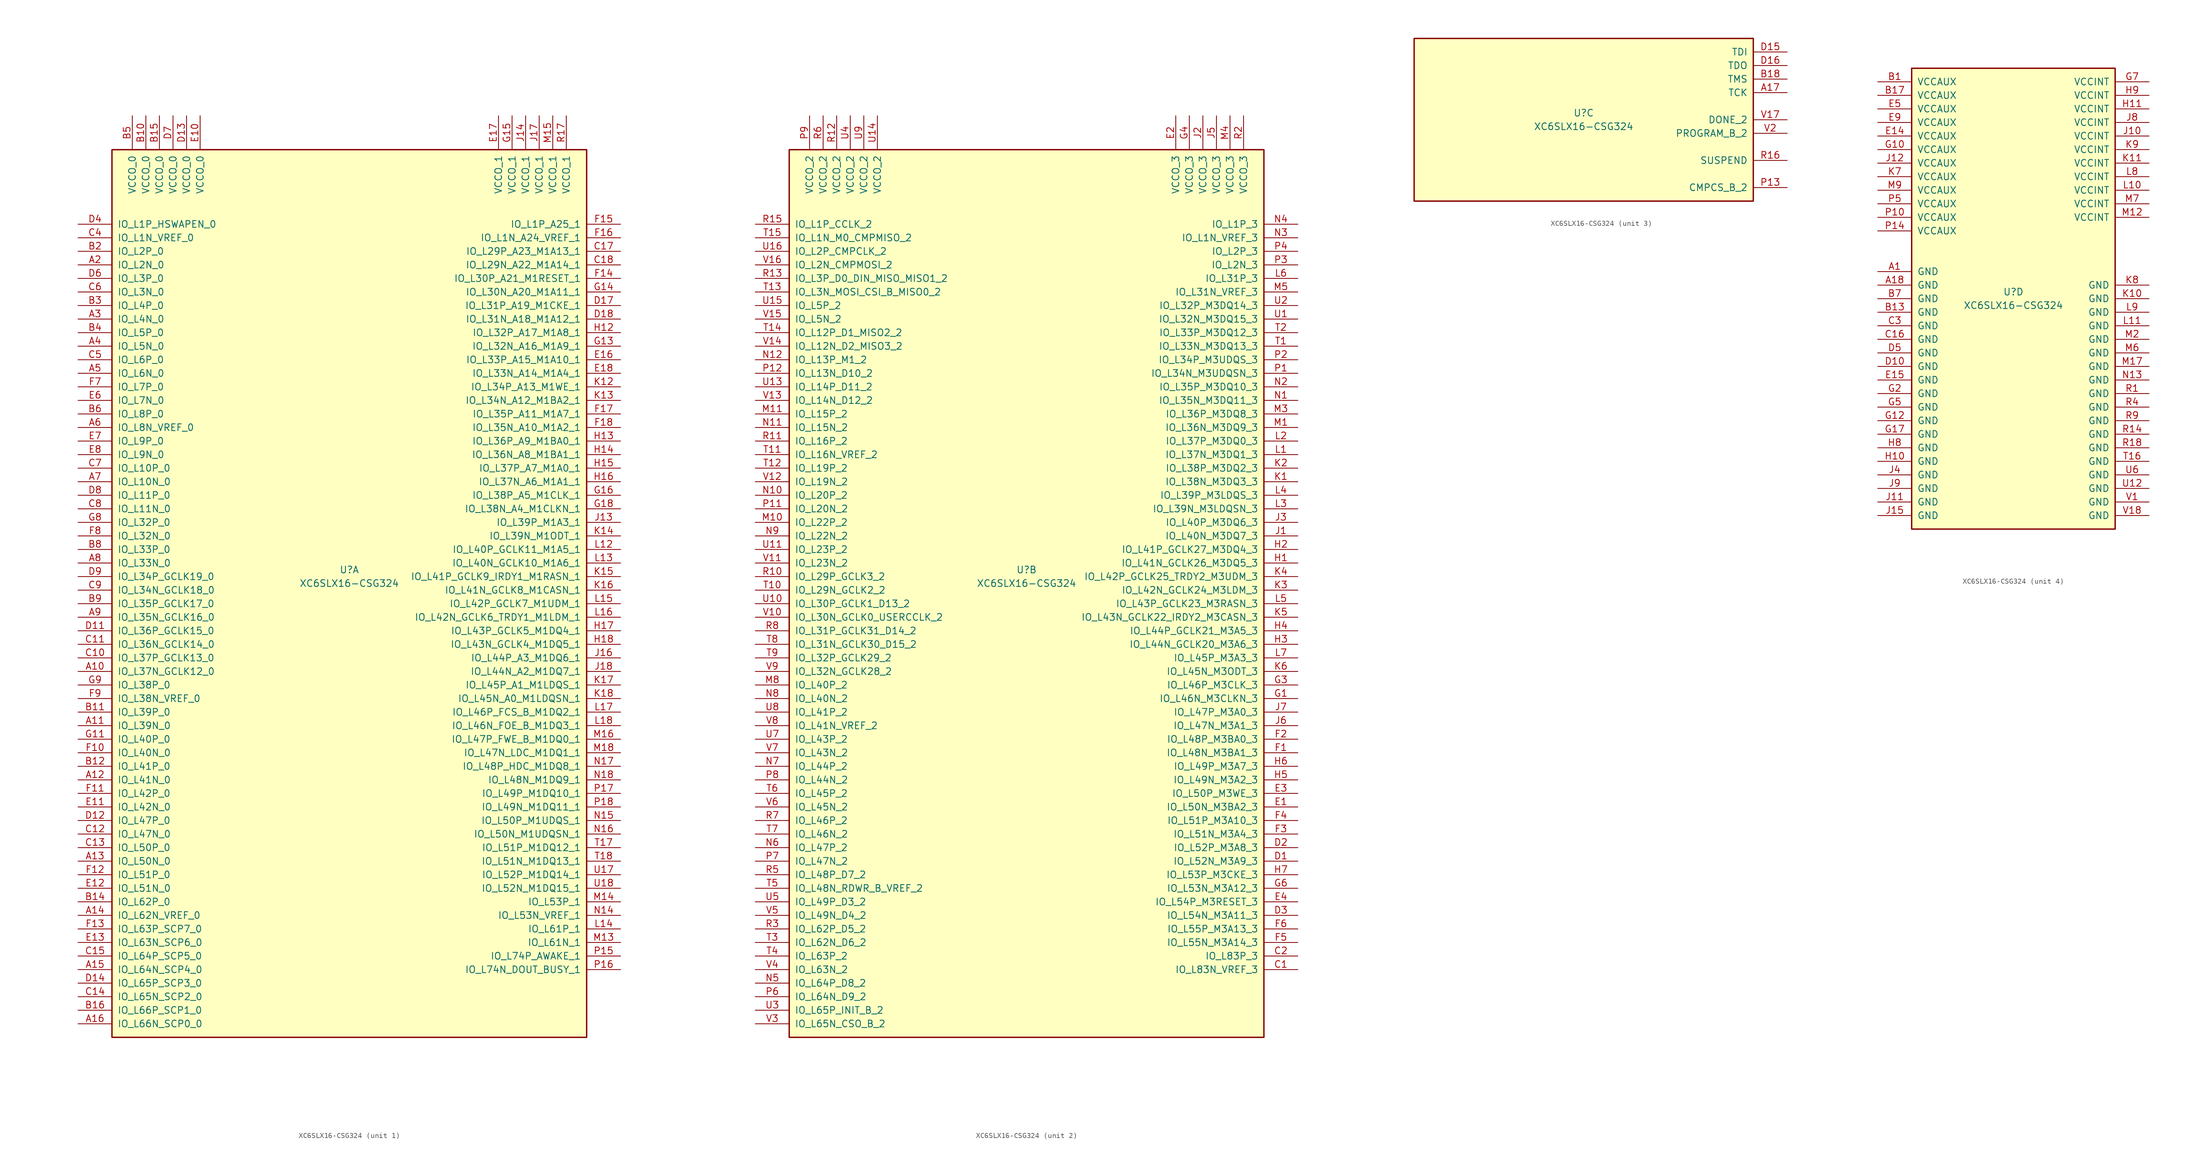
<source format=kicad_sym>
(kicad_symbol_lib
  (version 20211014)
  (generator kicad_symbol_editor)
  (symbol "XC6SLX16-CSG324"
    (pin_names
      (offset 1.016))
    (property "Reference" "U"
      (at 0 1.27 0)
      (effects (font (size 1.27 1.27))))
    (property "Value" "XC6SLX16-CSG324"
      (at 0 -1.27 0)
      (effects (font (size 1.27 1.27))))
    (property "Datasheet" ""
      (at 0 0 0)
      (effects (font (size 1.27 1.27))))
    (property "ki_locked" ""
      (at 0 0 0)
      (effects (font (size 1.27 1.27))))
    (symbol "XC6SLX16-CSG324_1_1"
      (rectangle (start -44.45 80.01) (end 44.45 -86.36) (stroke (width 0.254) (type default) (color 0 0 0 0)) (fill (type background)))
      (pin bidirectional line (at -50.8 -17.78 0) (length 6.35) (name "IO_L37N_GCLK12_0" (effects (font (size 1.27 1.27)))) (number "A10" (effects (font (size 1.27 1.27)))))
      (pin bidirectional line (at -50.8 -27.94 0) (length 6.35) (name "IO_L39N_0" (effects (font (size 1.27 1.27)))) (number "A11" (effects (font (size 1.27 1.27)))))
      (pin bidirectional line (at -50.8 -38.1 0) (length 6.35) (name "IO_L41N_0" (effects (font (size 1.27 1.27)))) (number "A12" (effects (font (size 1.27 1.27)))))
      (pin bidirectional line (at -50.8 -53.34 0) (length 6.35) (name "IO_L50N_0" (effects (font (size 1.27 1.27)))) (number "A13" (effects (font (size 1.27 1.27)))))
      (pin bidirectional line (at -50.8 -63.5 0) (length 6.35) (name "IO_L62N_VREF_0" (effects (font (size 1.27 1.27)))) (number "A14" (effects (font (size 1.27 1.27)))))
      (pin bidirectional line (at -50.8 -73.66 0) (length 6.35) (name "IO_L64N_SCP4_0" (effects (font (size 1.27 1.27)))) (number "A15" (effects (font (size 1.27 1.27)))))
      (pin bidirectional line (at -50.8 -83.82 0) (length 6.35) (name "IO_L66N_SCP0_0" (effects (font (size 1.27 1.27)))) (number "A16" (effects (font (size 1.27 1.27)))))
      (pin bidirectional line (at -50.8 58.42 0) (length 6.35) (name "IO_L2N_0" (effects (font (size 1.27 1.27)))) (number "A2" (effects (font (size 1.27 1.27)))))
      (pin bidirectional line (at -50.8 48.26 0) (length 6.35) (name "IO_L4N_0" (effects (font (size 1.27 1.27)))) (number "A3" (effects (font (size 1.27 1.27)))))
      (pin bidirectional line (at -50.8 43.18 0) (length 6.35) (name "IO_L5N_0" (effects (font (size 1.27 1.27)))) (number "A4" (effects (font (size 1.27 1.27)))))
      (pin bidirectional line (at -50.8 38.1 0) (length 6.35) (name "IO_L6N_0" (effects (font (size 1.27 1.27)))) (number "A5" (effects (font (size 1.27 1.27)))))
      (pin bidirectional line (at -50.8 27.94 0) (length 6.35) (name "IO_L8N_VREF_0" (effects (font (size 1.27 1.27)))) (number "A6" (effects (font (size 1.27 1.27)))))
      (pin bidirectional line (at -50.8 17.78 0) (length 6.35) (name "IO_L10N_0" (effects (font (size 1.27 1.27)))) (number "A7" (effects (font (size 1.27 1.27)))))
      (pin bidirectional line (at -50.8 2.54 0) (length 6.35) (name "IO_L33N_0" (effects (font (size 1.27 1.27)))) (number "A8" (effects (font (size 1.27 1.27)))))
      (pin bidirectional line (at -50.8 -7.62 0) (length 6.35) (name "IO_L35N_GCLK16_0" (effects (font (size 1.27 1.27)))) (number "A9" (effects (font (size 1.27 1.27)))))
      (pin power_in line (at -38.1 86.36 270) (length 6.35) (name "VCCO_0" (effects (font (size 1.27 1.27)))) (number "B10" (effects (font (size 1.27 1.27)))))
      (pin bidirectional line (at -50.8 -25.4 0) (length 6.35) (name "IO_L39P_0" (effects (font (size 1.27 1.27)))) (number "B11" (effects (font (size 1.27 1.27)))))
      (pin bidirectional line (at -50.8 -35.56 0) (length 6.35) (name "IO_L41P_0" (effects (font (size 1.27 1.27)))) (number "B12" (effects (font (size 1.27 1.27)))))
      (pin bidirectional line (at -50.8 -60.96 0) (length 6.35) (name "IO_L62P_0" (effects (font (size 1.27 1.27)))) (number "B14" (effects (font (size 1.27 1.27)))))
      (pin power_in line (at -35.56 86.36 270) (length 6.35) (name "VCCO_0" (effects (font (size 1.27 1.27)))) (number "B15" (effects (font (size 1.27 1.27)))))
      (pin bidirectional line (at -50.8 -81.28 0) (length 6.35) (name "IO_L66P_SCP1_0" (effects (font (size 1.27 1.27)))) (number "B16" (effects (font (size 1.27 1.27)))))
      (pin bidirectional line (at -50.8 60.96 0) (length 6.35) (name "IO_L2P_0" (effects (font (size 1.27 1.27)))) (number "B2" (effects (font (size 1.27 1.27)))))
      (pin bidirectional line (at -50.8 50.8 0) (length 6.35) (name "IO_L4P_0" (effects (font (size 1.27 1.27)))) (number "B3" (effects (font (size 1.27 1.27)))))
      (pin bidirectional line (at -50.8 45.72 0) (length 6.35) (name "IO_L5P_0" (effects (font (size 1.27 1.27)))) (number "B4" (effects (font (size 1.27 1.27)))))
      (pin power_in line (at -40.64 86.36 270) (length 6.35) (name "VCCO_0" (effects (font (size 1.27 1.27)))) (number "B5" (effects (font (size 1.27 1.27)))))
      (pin bidirectional line (at -50.8 30.48 0) (length 6.35) (name "IO_L8P_0" (effects (font (size 1.27 1.27)))) (number "B6" (effects (font (size 1.27 1.27)))))
      (pin bidirectional line (at -50.8 5.08 0) (length 6.35) (name "IO_L33P_0" (effects (font (size 1.27 1.27)))) (number "B8" (effects (font (size 1.27 1.27)))))
      (pin bidirectional line (at -50.8 -5.08 0) (length 6.35) (name "IO_L35P_GCLK17_0" (effects (font (size 1.27 1.27)))) (number "B9" (effects (font (size 1.27 1.27)))))
      (pin bidirectional line (at -50.8 -15.24 0) (length 6.35) (name "IO_L37P_GCLK13_0" (effects (font (size 1.27 1.27)))) (number "C10" (effects (font (size 1.27 1.27)))))
      (pin bidirectional line (at -50.8 -12.7 0) (length 6.35) (name "IO_L36N_GCLK14_0" (effects (font (size 1.27 1.27)))) (number "C11" (effects (font (size 1.27 1.27)))))
      (pin bidirectional line (at -50.8 -48.26 0) (length 6.35) (name "IO_L47N_0" (effects (font (size 1.27 1.27)))) (number "C12" (effects (font (size 1.27 1.27)))))
      (pin bidirectional line (at -50.8 -50.8 0) (length 6.35) (name "IO_L50P_0" (effects (font (size 1.27 1.27)))) (number "C13" (effects (font (size 1.27 1.27)))))
      (pin bidirectional line (at -50.8 -78.74 0) (length 6.35) (name "IO_L65N_SCP2_0" (effects (font (size 1.27 1.27)))) (number "C14" (effects (font (size 1.27 1.27)))))
      (pin bidirectional line (at -50.8 -71.12 0) (length 6.35) (name "IO_L64P_SCP5_0" (effects (font (size 1.27 1.27)))) (number "C15" (effects (font (size 1.27 1.27)))))
      (pin bidirectional line (at 50.8 60.96 180) (length 6.35) (name "IO_L29P_A23_M1A13_1" (effects (font (size 1.27 1.27)))) (number "C17" (effects (font (size 1.27 1.27)))))
      (pin bidirectional line (at 50.8 58.42 180) (length 6.35) (name "IO_L29N_A22_M1A14_1" (effects (font (size 1.27 1.27)))) (number "C18" (effects (font (size 1.27 1.27)))))
      (pin bidirectional line (at -50.8 63.5 0) (length 6.35) (name "IO_L1N_VREF_0" (effects (font (size 1.27 1.27)))) (number "C4" (effects (font (size 1.27 1.27)))))
      (pin bidirectional line (at -50.8 40.64 0) (length 6.35) (name "IO_L6P_0" (effects (font (size 1.27 1.27)))) (number "C5" (effects (font (size 1.27 1.27)))))
      (pin bidirectional line (at -50.8 53.34 0) (length 6.35) (name "IO_L3N_0" (effects (font (size 1.27 1.27)))) (number "C6" (effects (font (size 1.27 1.27)))))
      (pin bidirectional line (at -50.8 20.32 0) (length 6.35) (name "IO_L10P_0" (effects (font (size 1.27 1.27)))) (number "C7" (effects (font (size 1.27 1.27)))))
      (pin bidirectional line (at -50.8 12.7 0) (length 6.35) (name "IO_L11N_0" (effects (font (size 1.27 1.27)))) (number "C8" (effects (font (size 1.27 1.27)))))
      (pin bidirectional line (at -50.8 -2.54 0) (length 6.35) (name "IO_L34N_GCLK18_0" (effects (font (size 1.27 1.27)))) (number "C9" (effects (font (size 1.27 1.27)))))
      (pin bidirectional line (at -50.8 -10.16 0) (length 6.35) (name "IO_L36P_GCLK15_0" (effects (font (size 1.27 1.27)))) (number "D11" (effects (font (size 1.27 1.27)))))
      (pin bidirectional line (at -50.8 -45.72 0) (length 6.35) (name "IO_L47P_0" (effects (font (size 1.27 1.27)))) (number "D12" (effects (font (size 1.27 1.27)))))
      (pin power_in line (at -30.48 86.36 270) (length 6.35) (name "VCCO_0" (effects (font (size 1.27 1.27)))) (number "D13" (effects (font (size 1.27 1.27)))))
      (pin bidirectional line (at -50.8 -76.2 0) (length 6.35) (name "IO_L65P_SCP3_0" (effects (font (size 1.27 1.27)))) (number "D14" (effects (font (size 1.27 1.27)))))
      (pin bidirectional line (at 50.8 50.8 180) (length 6.35) (name "IO_L31P_A19_M1CKE_1" (effects (font (size 1.27 1.27)))) (number "D17" (effects (font (size 1.27 1.27)))))
      (pin bidirectional line (at 50.8 48.26 180) (length 6.35) (name "IO_L31N_A18_M1A12_1" (effects (font (size 1.27 1.27)))) (number "D18" (effects (font (size 1.27 1.27)))))
      (pin bidirectional line (at -50.8 66.04 0) (length 6.35) (name "IO_L1P_HSWAPEN_0" (effects (font (size 1.27 1.27)))) (number "D4" (effects (font (size 1.27 1.27)))))
      (pin bidirectional line (at -50.8 55.88 0) (length 6.35) (name "IO_L3P_0" (effects (font (size 1.27 1.27)))) (number "D6" (effects (font (size 1.27 1.27)))))
      (pin power_in line (at -33.02 86.36 270) (length 6.35) (name "VCCO_0" (effects (font (size 1.27 1.27)))) (number "D7" (effects (font (size 1.27 1.27)))))
      (pin bidirectional line (at -50.8 15.24 0) (length 6.35) (name "IO_L11P_0" (effects (font (size 1.27 1.27)))) (number "D8" (effects (font (size 1.27 1.27)))))
      (pin bidirectional line (at -50.8 0 0) (length 6.35) (name "IO_L34P_GCLK19_0" (effects (font (size 1.27 1.27)))) (number "D9" (effects (font (size 1.27 1.27)))))
      (pin power_in line (at -27.94 86.36 270) (length 6.35) (name "VCCO_0" (effects (font (size 1.27 1.27)))) (number "E10" (effects (font (size 1.27 1.27)))))
      (pin bidirectional line (at -50.8 -43.18 0) (length 6.35) (name "IO_L42N_0" (effects (font (size 1.27 1.27)))) (number "E11" (effects (font (size 1.27 1.27)))))
      (pin bidirectional line (at -50.8 -58.42 0) (length 6.35) (name "IO_L51N_0" (effects (font (size 1.27 1.27)))) (number "E12" (effects (font (size 1.27 1.27)))))
      (pin bidirectional line (at -50.8 -68.58 0) (length 6.35) (name "IO_L63N_SCP6_0" (effects (font (size 1.27 1.27)))) (number "E13" (effects (font (size 1.27 1.27)))))
      (pin bidirectional line (at 50.8 40.64 180) (length 6.35) (name "IO_L33P_A15_M1A10_1" (effects (font (size 1.27 1.27)))) (number "E16" (effects (font (size 1.27 1.27)))))
      (pin power_in line (at 27.94 86.36 270) (length 6.35) (name "VCCO_1" (effects (font (size 1.27 1.27)))) (number "E17" (effects (font (size 1.27 1.27)))))
      (pin bidirectional line (at 50.8 38.1 180) (length 6.35) (name "IO_L33N_A14_M1A4_1" (effects (font (size 1.27 1.27)))) (number "E18" (effects (font (size 1.27 1.27)))))
      (pin bidirectional line (at -50.8 33.02 0) (length 6.35) (name "IO_L7N_0" (effects (font (size 1.27 1.27)))) (number "E6" (effects (font (size 1.27 1.27)))))
      (pin bidirectional line (at -50.8 25.4 0) (length 6.35) (name "IO_L9P_0" (effects (font (size 1.27 1.27)))) (number "E7" (effects (font (size 1.27 1.27)))))
      (pin bidirectional line (at -50.8 22.86 0) (length 6.35) (name "IO_L9N_0" (effects (font (size 1.27 1.27)))) (number "E8" (effects (font (size 1.27 1.27)))))
      (pin bidirectional line (at -50.8 -33.02 0) (length 6.35) (name "IO_L40N_0" (effects (font (size 1.27 1.27)))) (number "F10" (effects (font (size 1.27 1.27)))))
      (pin bidirectional line (at -50.8 -40.64 0) (length 6.35) (name "IO_L42P_0" (effects (font (size 1.27 1.27)))) (number "F11" (effects (font (size 1.27 1.27)))))
      (pin bidirectional line (at -50.8 -55.88 0) (length 6.35) (name "IO_L51P_0" (effects (font (size 1.27 1.27)))) (number "F12" (effects (font (size 1.27 1.27)))))
      (pin bidirectional line (at -50.8 -66.04 0) (length 6.35) (name "IO_L63P_SCP7_0" (effects (font (size 1.27 1.27)))) (number "F13" (effects (font (size 1.27 1.27)))))
      (pin bidirectional line (at 50.8 55.88 180) (length 6.35) (name "IO_L30P_A21_M1RESET_1" (effects (font (size 1.27 1.27)))) (number "F14" (effects (font (size 1.27 1.27)))))
      (pin bidirectional line (at 50.8 66.04 180) (length 6.35) (name "IO_L1P_A25_1" (effects (font (size 1.27 1.27)))) (number "F15" (effects (font (size 1.27 1.27)))))
      (pin bidirectional line (at 50.8 63.5 180) (length 6.35) (name "IO_L1N_A24_VREF_1" (effects (font (size 1.27 1.27)))) (number "F16" (effects (font (size 1.27 1.27)))))
      (pin bidirectional line (at 50.8 30.48 180) (length 6.35) (name "IO_L35P_A11_M1A7_1" (effects (font (size 1.27 1.27)))) (number "F17" (effects (font (size 1.27 1.27)))))
      (pin bidirectional line (at 50.8 27.94 180) (length 6.35) (name "IO_L35N_A10_M1A2_1" (effects (font (size 1.27 1.27)))) (number "F18" (effects (font (size 1.27 1.27)))))
      (pin bidirectional line (at -50.8 35.56 0) (length 6.35) (name "IO_L7P_0" (effects (font (size 1.27 1.27)))) (number "F7" (effects (font (size 1.27 1.27)))))
      (pin bidirectional line (at -50.8 7.62 0) (length 6.35) (name "IO_L32N_0" (effects (font (size 1.27 1.27)))) (number "F8" (effects (font (size 1.27 1.27)))))
      (pin bidirectional line (at -50.8 -22.86 0) (length 6.35) (name "IO_L38N_VREF_0" (effects (font (size 1.27 1.27)))) (number "F9" (effects (font (size 1.27 1.27)))))
      (pin bidirectional line (at -50.8 -30.48 0) (length 6.35) (name "IO_L40P_0" (effects (font (size 1.27 1.27)))) (number "G11" (effects (font (size 1.27 1.27)))))
      (pin bidirectional line (at 50.8 43.18 180) (length 6.35) (name "IO_L32N_A16_M1A9_1" (effects (font (size 1.27 1.27)))) (number "G13" (effects (font (size 1.27 1.27)))))
      (pin bidirectional line (at 50.8 53.34 180) (length 6.35) (name "IO_L30N_A20_M1A11_1" (effects (font (size 1.27 1.27)))) (number "G14" (effects (font (size 1.27 1.27)))))
      (pin power_in line (at 30.48 86.36 270) (length 6.35) (name "VCCO_1" (effects (font (size 1.27 1.27)))) (number "G15" (effects (font (size 1.27 1.27)))))
      (pin bidirectional line (at 50.8 15.24 180) (length 6.35) (name "IO_L38P_A5_M1CLK_1" (effects (font (size 1.27 1.27)))) (number "G16" (effects (font (size 1.27 1.27)))))
      (pin bidirectional line (at 50.8 12.7 180) (length 6.35) (name "IO_L38N_A4_M1CLKN_1" (effects (font (size 1.27 1.27)))) (number "G18" (effects (font (size 1.27 1.27)))))
      (pin bidirectional line (at -50.8 10.16 0) (length 6.35) (name "IO_L32P_0" (effects (font (size 1.27 1.27)))) (number "G8" (effects (font (size 1.27 1.27)))))
      (pin bidirectional line (at -50.8 -20.32 0) (length 6.35) (name "IO_L38P_0" (effects (font (size 1.27 1.27)))) (number "G9" (effects (font (size 1.27 1.27)))))
      (pin bidirectional line (at 50.8 45.72 180) (length 6.35) (name "IO_L32P_A17_M1A8_1" (effects (font (size 1.27 1.27)))) (number "H12" (effects (font (size 1.27 1.27)))))
      (pin bidirectional line (at 50.8 25.4 180) (length 6.35) (name "IO_L36P_A9_M1BA0_1" (effects (font (size 1.27 1.27)))) (number "H13" (effects (font (size 1.27 1.27)))))
      (pin bidirectional line (at 50.8 22.86 180) (length 6.35) (name "IO_L36N_A8_M1BA1_1" (effects (font (size 1.27 1.27)))) (number "H14" (effects (font (size 1.27 1.27)))))
      (pin bidirectional line (at 50.8 20.32 180) (length 6.35) (name "IO_L37P_A7_M1A0_1" (effects (font (size 1.27 1.27)))) (number "H15" (effects (font (size 1.27 1.27)))))
      (pin bidirectional line (at 50.8 17.78 180) (length 6.35) (name "IO_L37N_A6_M1A1_1" (effects (font (size 1.27 1.27)))) (number "H16" (effects (font (size 1.27 1.27)))))
      (pin bidirectional line (at 50.8 -10.16 180) (length 6.35) (name "IO_L43P_GCLK5_M1DQ4_1" (effects (font (size 1.27 1.27)))) (number "H17" (effects (font (size 1.27 1.27)))))
      (pin bidirectional line (at 50.8 -12.7 180) (length 6.35) (name "IO_L43N_GCLK4_M1DQ5_1" (effects (font (size 1.27 1.27)))) (number "H18" (effects (font (size 1.27 1.27)))))
      (pin bidirectional line (at 50.8 10.16 180) (length 6.35) (name "IO_L39P_M1A3_1" (effects (font (size 1.27 1.27)))) (number "J13" (effects (font (size 1.27 1.27)))))
      (pin power_in line (at 33.02 86.36 270) (length 6.35) (name "VCCO_1" (effects (font (size 1.27 1.27)))) (number "J14" (effects (font (size 1.27 1.27)))))
      (pin bidirectional line (at 50.8 -15.24 180) (length 6.35) (name "IO_L44P_A3_M1DQ6_1" (effects (font (size 1.27 1.27)))) (number "J16" (effects (font (size 1.27 1.27)))))
      (pin power_in line (at 35.56 86.36 270) (length 6.35) (name "VCCO_1" (effects (font (size 1.27 1.27)))) (number "J17" (effects (font (size 1.27 1.27)))))
      (pin bidirectional line (at 50.8 -17.78 180) (length 6.35) (name "IO_L44N_A2_M1DQ7_1" (effects (font (size 1.27 1.27)))) (number "J18" (effects (font (size 1.27 1.27)))))
      (pin bidirectional line (at 50.8 35.56 180) (length 6.35) (name "IO_L34P_A13_M1WE_1" (effects (font (size 1.27 1.27)))) (number "K12" (effects (font (size 1.27 1.27)))))
      (pin bidirectional line (at 50.8 33.02 180) (length 6.35) (name "IO_L34N_A12_M1BA2_1" (effects (font (size 1.27 1.27)))) (number "K13" (effects (font (size 1.27 1.27)))))
      (pin bidirectional line (at 50.8 7.62 180) (length 6.35) (name "IO_L39N_M1ODT_1" (effects (font (size 1.27 1.27)))) (number "K14" (effects (font (size 1.27 1.27)))))
      (pin bidirectional line (at 50.8 0 180) (length 6.35) (name "IO_L41P_GCLK9_IRDY1_M1RASN_1" (effects (font (size 1.27 1.27)))) (number "K15" (effects (font (size 1.27 1.27)))))
      (pin bidirectional line (at 50.8 -2.54 180) (length 6.35) (name "IO_L41N_GCLK8_M1CASN_1" (effects (font (size 1.27 1.27)))) (number "K16" (effects (font (size 1.27 1.27)))))
      (pin bidirectional line (at 50.8 -20.32 180) (length 6.35) (name "IO_L45P_A1_M1LDQS_1" (effects (font (size 1.27 1.27)))) (number "K17" (effects (font (size 1.27 1.27)))))
      (pin bidirectional line (at 50.8 -22.86 180) (length 6.35) (name "IO_L45N_A0_M1LDQSN_1" (effects (font (size 1.27 1.27)))) (number "K18" (effects (font (size 1.27 1.27)))))
      (pin bidirectional line (at 50.8 5.08 180) (length 6.35) (name "IO_L40P_GCLK11_M1A5_1" (effects (font (size 1.27 1.27)))) (number "L12" (effects (font (size 1.27 1.27)))))
      (pin bidirectional line (at 50.8 2.54 180) (length 6.35) (name "IO_L40N_GCLK10_M1A6_1" (effects (font (size 1.27 1.27)))) (number "L13" (effects (font (size 1.27 1.27)))))
      (pin bidirectional line (at 50.8 -66.04 180) (length 6.35) (name "IO_L61P_1" (effects (font (size 1.27 1.27)))) (number "L14" (effects (font (size 1.27 1.27)))))
      (pin bidirectional line (at 50.8 -5.08 180) (length 6.35) (name "IO_L42P_GCLK7_M1UDM_1" (effects (font (size 1.27 1.27)))) (number "L15" (effects (font (size 1.27 1.27)))))
      (pin bidirectional line (at 50.8 -7.62 180) (length 6.35) (name "IO_L42N_GCLK6_TRDY1_M1LDM_1" (effects (font (size 1.27 1.27)))) (number "L16" (effects (font (size 1.27 1.27)))))
      (pin bidirectional line (at 50.8 -25.4 180) (length 6.35) (name "IO_L46P_FCS_B_M1DQ2_1" (effects (font (size 1.27 1.27)))) (number "L17" (effects (font (size 1.27 1.27)))))
      (pin bidirectional line (at 50.8 -27.94 180) (length 6.35) (name "IO_L46N_FOE_B_M1DQ3_1" (effects (font (size 1.27 1.27)))) (number "L18" (effects (font (size 1.27 1.27)))))
      (pin bidirectional line (at 50.8 -68.58 180) (length 6.35) (name "IO_L61N_1" (effects (font (size 1.27 1.27)))) (number "M13" (effects (font (size 1.27 1.27)))))
      (pin bidirectional line (at 50.8 -60.96 180) (length 6.35) (name "IO_L53P_1" (effects (font (size 1.27 1.27)))) (number "M14" (effects (font (size 1.27 1.27)))))
      (pin power_in line (at 38.1 86.36 270) (length 6.35) (name "VCCO_1" (effects (font (size 1.27 1.27)))) (number "M15" (effects (font (size 1.27 1.27)))))
      (pin bidirectional line (at 50.8 -30.48 180) (length 6.35) (name "IO_L47P_FWE_B_M1DQ0_1" (effects (font (size 1.27 1.27)))) (number "M16" (effects (font (size 1.27 1.27)))))
      (pin bidirectional line (at 50.8 -33.02 180) (length 6.35) (name "IO_L47N_LDC_M1DQ1_1" (effects (font (size 1.27 1.27)))) (number "M18" (effects (font (size 1.27 1.27)))))
      (pin bidirectional line (at 50.8 -63.5 180) (length 6.35) (name "IO_L53N_VREF_1" (effects (font (size 1.27 1.27)))) (number "N14" (effects (font (size 1.27 1.27)))))
      (pin bidirectional line (at 50.8 -45.72 180) (length 6.35) (name "IO_L50P_M1UDQS_1" (effects (font (size 1.27 1.27)))) (number "N15" (effects (font (size 1.27 1.27)))))
      (pin bidirectional line (at 50.8 -48.26 180) (length 6.35) (name "IO_L50N_M1UDQSN_1" (effects (font (size 1.27 1.27)))) (number "N16" (effects (font (size 1.27 1.27)))))
      (pin bidirectional line (at 50.8 -35.56 180) (length 6.35) (name "IO_L48P_HDC_M1DQ8_1" (effects (font (size 1.27 1.27)))) (number "N17" (effects (font (size 1.27 1.27)))))
      (pin bidirectional line (at 50.8 -38.1 180) (length 6.35) (name "IO_L48N_M1DQ9_1" (effects (font (size 1.27 1.27)))) (number "N18" (effects (font (size 1.27 1.27)))))
      (pin bidirectional line (at 50.8 -71.12 180) (length 6.35) (name "IO_L74P_AWAKE_1" (effects (font (size 1.27 1.27)))) (number "P15" (effects (font (size 1.27 1.27)))))
      (pin bidirectional line (at 50.8 -73.66 180) (length 6.35) (name "IO_L74N_DOUT_BUSY_1" (effects (font (size 1.27 1.27)))) (number "P16" (effects (font (size 1.27 1.27)))))
      (pin bidirectional line (at 50.8 -40.64 180) (length 6.35) (name "IO_L49P_M1DQ10_1" (effects (font (size 1.27 1.27)))) (number "P17" (effects (font (size 1.27 1.27)))))
      (pin bidirectional line (at 50.8 -43.18 180) (length 6.35) (name "IO_L49N_M1DQ11_1" (effects (font (size 1.27 1.27)))) (number "P18" (effects (font (size 1.27 1.27)))))
      (pin power_in line (at 40.64 86.36 270) (length 6.35) (name "VCCO_1" (effects (font (size 1.27 1.27)))) (number "R17" (effects (font (size 1.27 1.27)))))
      (pin bidirectional line (at 50.8 -50.8 180) (length 6.35) (name "IO_L51P_M1DQ12_1" (effects (font (size 1.27 1.27)))) (number "T17" (effects (font (size 1.27 1.27)))))
      (pin bidirectional line (at 50.8 -53.34 180) (length 6.35) (name "IO_L51N_M1DQ13_1" (effects (font (size 1.27 1.27)))) (number "T18" (effects (font (size 1.27 1.27)))))
      (pin bidirectional line (at 50.8 -55.88 180) (length 6.35) (name "IO_L52P_M1DQ14_1" (effects (font (size 1.27 1.27)))) (number "U17" (effects (font (size 1.27 1.27)))))
      (pin bidirectional line (at 50.8 -58.42 180) (length 6.35) (name "IO_L52N_M1DQ15_1" (effects (font (size 1.27 1.27)))) (number "U18" (effects (font (size 1.27 1.27))))))
    (symbol "XC6SLX16-CSG324_2_1"
      (rectangle (start -44.45 80.01) (end 44.45 -86.36) (stroke (width 0.254) (type default) (color 0 0 0 0)) (fill (type background)))
      (pin bidirectional line (at 50.8 -73.66 180) (length 6.35) (name "IO_L83N_VREF_3" (effects (font (size 1.27 1.27)))) (number "C1" (effects (font (size 1.27 1.27)))))
      (pin bidirectional line (at 50.8 -71.12 180) (length 6.35) (name "IO_L83P_3" (effects (font (size 1.27 1.27)))) (number "C2" (effects (font (size 1.27 1.27)))))
      (pin bidirectional line (at 50.8 -53.34 180) (length 6.35) (name "IO_L52N_M3A9_3" (effects (font (size 1.27 1.27)))) (number "D1" (effects (font (size 1.27 1.27)))))
      (pin bidirectional line (at 50.8 -50.8 180) (length 6.35) (name "IO_L52P_M3A8_3" (effects (font (size 1.27 1.27)))) (number "D2" (effects (font (size 1.27 1.27)))))
      (pin bidirectional line (at 50.8 -63.5 180) (length 6.35) (name "IO_L54N_M3A11_3" (effects (font (size 1.27 1.27)))) (number "D3" (effects (font (size 1.27 1.27)))))
      (pin bidirectional line (at 50.8 -43.18 180) (length 6.35) (name "IO_L50N_M3BA2_3" (effects (font (size 1.27 1.27)))) (number "E1" (effects (font (size 1.27 1.27)))))
      (pin power_in line (at 27.94 86.36 270) (length 6.35) (name "VCCO_3" (effects (font (size 1.27 1.27)))) (number "E2" (effects (font (size 1.27 1.27)))))
      (pin bidirectional line (at 50.8 -40.64 180) (length 6.35) (name "IO_L50P_M3WE_3" (effects (font (size 1.27 1.27)))) (number "E3" (effects (font (size 1.27 1.27)))))
      (pin bidirectional line (at 50.8 -60.96 180) (length 6.35) (name "IO_L54P_M3RESET_3" (effects (font (size 1.27 1.27)))) (number "E4" (effects (font (size 1.27 1.27)))))
      (pin bidirectional line (at 50.8 -33.02 180) (length 6.35) (name "IO_L48N_M3BA1_3" (effects (font (size 1.27 1.27)))) (number "F1" (effects (font (size 1.27 1.27)))))
      (pin bidirectional line (at 50.8 -30.48 180) (length 6.35) (name "IO_L48P_M3BA0_3" (effects (font (size 1.27 1.27)))) (number "F2" (effects (font (size 1.27 1.27)))))
      (pin bidirectional line (at 50.8 -48.26 180) (length 6.35) (name "IO_L51N_M3A4_3" (effects (font (size 1.27 1.27)))) (number "F3" (effects (font (size 1.27 1.27)))))
      (pin bidirectional line (at 50.8 -45.72 180) (length 6.35) (name "IO_L51P_M3A10_3" (effects (font (size 1.27 1.27)))) (number "F4" (effects (font (size 1.27 1.27)))))
      (pin bidirectional line (at 50.8 -68.58 180) (length 6.35) (name "IO_L55N_M3A14_3" (effects (font (size 1.27 1.27)))) (number "F5" (effects (font (size 1.27 1.27)))))
      (pin bidirectional line (at 50.8 -66.04 180) (length 6.35) (name "IO_L55P_M3A13_3" (effects (font (size 1.27 1.27)))) (number "F6" (effects (font (size 1.27 1.27)))))
      (pin bidirectional line (at 50.8 -22.86 180) (length 6.35) (name "IO_L46N_M3CLKN_3" (effects (font (size 1.27 1.27)))) (number "G1" (effects (font (size 1.27 1.27)))))
      (pin bidirectional line (at 50.8 -20.32 180) (length 6.35) (name "IO_L46P_M3CLK_3" (effects (font (size 1.27 1.27)))) (number "G3" (effects (font (size 1.27 1.27)))))
      (pin power_in line (at 30.48 86.36 270) (length 6.35) (name "VCCO_3" (effects (font (size 1.27 1.27)))) (number "G4" (effects (font (size 1.27 1.27)))))
      (pin bidirectional line (at 50.8 -58.42 180) (length 6.35) (name "IO_L53N_M3A12_3" (effects (font (size 1.27 1.27)))) (number "G6" (effects (font (size 1.27 1.27)))))
      (pin bidirectional line (at 50.8 2.54 180) (length 6.35) (name "IO_L41N_GCLK26_M3DQ5_3" (effects (font (size 1.27 1.27)))) (number "H1" (effects (font (size 1.27 1.27)))))
      (pin bidirectional line (at 50.8 5.08 180) (length 6.35) (name "IO_L41P_GCLK27_M3DQ4_3" (effects (font (size 1.27 1.27)))) (number "H2" (effects (font (size 1.27 1.27)))))
      (pin bidirectional line (at 50.8 -12.7 180) (length 6.35) (name "IO_L44N_GCLK20_M3A6_3" (effects (font (size 1.27 1.27)))) (number "H3" (effects (font (size 1.27 1.27)))))
      (pin bidirectional line (at 50.8 -10.16 180) (length 6.35) (name "IO_L44P_GCLK21_M3A5_3" (effects (font (size 1.27 1.27)))) (number "H4" (effects (font (size 1.27 1.27)))))
      (pin bidirectional line (at 50.8 -38.1 180) (length 6.35) (name "IO_L49N_M3A2_3" (effects (font (size 1.27 1.27)))) (number "H5" (effects (font (size 1.27 1.27)))))
      (pin bidirectional line (at 50.8 -35.56 180) (length 6.35) (name "IO_L49P_M3A7_3" (effects (font (size 1.27 1.27)))) (number "H6" (effects (font (size 1.27 1.27)))))
      (pin bidirectional line (at 50.8 -55.88 180) (length 6.35) (name "IO_L53P_M3CKE_3" (effects (font (size 1.27 1.27)))) (number "H7" (effects (font (size 1.27 1.27)))))
      (pin bidirectional line (at 50.8 7.62 180) (length 6.35) (name "IO_L40N_M3DQ7_3" (effects (font (size 1.27 1.27)))) (number "J1" (effects (font (size 1.27 1.27)))))
      (pin power_in line (at 33.02 86.36 270) (length 6.35) (name "VCCO_3" (effects (font (size 1.27 1.27)))) (number "J2" (effects (font (size 1.27 1.27)))))
      (pin bidirectional line (at 50.8 10.16 180) (length 6.35) (name "IO_L40P_M3DQ6_3" (effects (font (size 1.27 1.27)))) (number "J3" (effects (font (size 1.27 1.27)))))
      (pin power_in line (at 35.56 86.36 270) (length 6.35) (name "VCCO_3" (effects (font (size 1.27 1.27)))) (number "J5" (effects (font (size 1.27 1.27)))))
      (pin bidirectional line (at 50.8 -27.94 180) (length 6.35) (name "IO_L47N_M3A1_3" (effects (font (size 1.27 1.27)))) (number "J6" (effects (font (size 1.27 1.27)))))
      (pin bidirectional line (at 50.8 -25.4 180) (length 6.35) (name "IO_L47P_M3A0_3" (effects (font (size 1.27 1.27)))) (number "J7" (effects (font (size 1.27 1.27)))))
      (pin bidirectional line (at 50.8 17.78 180) (length 6.35) (name "IO_L38N_M3DQ3_3" (effects (font (size 1.27 1.27)))) (number "K1" (effects (font (size 1.27 1.27)))))
      (pin bidirectional line (at 50.8 20.32 180) (length 6.35) (name "IO_L38P_M3DQ2_3" (effects (font (size 1.27 1.27)))) (number "K2" (effects (font (size 1.27 1.27)))))
      (pin bidirectional line (at 50.8 -2.54 180) (length 6.35) (name "IO_L42N_GCLK24_M3LDM_3" (effects (font (size 1.27 1.27)))) (number "K3" (effects (font (size 1.27 1.27)))))
      (pin bidirectional line (at 50.8 0 180) (length 6.35) (name "IO_L42P_GCLK25_TRDY2_M3UDM_3" (effects (font (size 1.27 1.27)))) (number "K4" (effects (font (size 1.27 1.27)))))
      (pin bidirectional line (at 50.8 -7.62 180) (length 6.35) (name "IO_L43N_GCLK22_IRDY2_M3CASN_3" (effects (font (size 1.27 1.27)))) (number "K5" (effects (font (size 1.27 1.27)))))
      (pin bidirectional line (at 50.8 -17.78 180) (length 6.35) (name "IO_L45N_M3ODT_3" (effects (font (size 1.27 1.27)))) (number "K6" (effects (font (size 1.27 1.27)))))
      (pin bidirectional line (at 50.8 22.86 180) (length 6.35) (name "IO_L37N_M3DQ1_3" (effects (font (size 1.27 1.27)))) (number "L1" (effects (font (size 1.27 1.27)))))
      (pin bidirectional line (at 50.8 25.4 180) (length 6.35) (name "IO_L37P_M3DQ0_3" (effects (font (size 1.27 1.27)))) (number "L2" (effects (font (size 1.27 1.27)))))
      (pin bidirectional line (at 50.8 12.7 180) (length 6.35) (name "IO_L39N_M3LDQSN_3" (effects (font (size 1.27 1.27)))) (number "L3" (effects (font (size 1.27 1.27)))))
      (pin bidirectional line (at 50.8 15.24 180) (length 6.35) (name "IO_L39P_M3LDQS_3" (effects (font (size 1.27 1.27)))) (number "L4" (effects (font (size 1.27 1.27)))))
      (pin bidirectional line (at 50.8 -5.08 180) (length 6.35) (name "IO_L43P_GCLK23_M3RASN_3" (effects (font (size 1.27 1.27)))) (number "L5" (effects (font (size 1.27 1.27)))))
      (pin bidirectional line (at 50.8 55.88 180) (length 6.35) (name "IO_L31P_3" (effects (font (size 1.27 1.27)))) (number "L6" (effects (font (size 1.27 1.27)))))
      (pin bidirectional line (at 50.8 -15.24 180) (length 6.35) (name "IO_L45P_M3A3_3" (effects (font (size 1.27 1.27)))) (number "L7" (effects (font (size 1.27 1.27)))))
      (pin bidirectional line (at 50.8 27.94 180) (length 6.35) (name "IO_L36N_M3DQ9_3" (effects (font (size 1.27 1.27)))) (number "M1" (effects (font (size 1.27 1.27)))))
      (pin bidirectional line (at -50.8 10.16 0) (length 6.35) (name "IO_L22P_2" (effects (font (size 1.27 1.27)))) (number "M10" (effects (font (size 1.27 1.27)))))
      (pin bidirectional line (at -50.8 30.48 0) (length 6.35) (name "IO_L15P_2" (effects (font (size 1.27 1.27)))) (number "M11" (effects (font (size 1.27 1.27)))))
      (pin bidirectional line (at 50.8 30.48 180) (length 6.35) (name "IO_L36P_M3DQ8_3" (effects (font (size 1.27 1.27)))) (number "M3" (effects (font (size 1.27 1.27)))))
      (pin power_in line (at 38.1 86.36 270) (length 6.35) (name "VCCO_3" (effects (font (size 1.27 1.27)))) (number "M4" (effects (font (size 1.27 1.27)))))
      (pin bidirectional line (at 50.8 53.34 180) (length 6.35) (name "IO_L31N_VREF_3" (effects (font (size 1.27 1.27)))) (number "M5" (effects (font (size 1.27 1.27)))))
      (pin bidirectional line (at -50.8 -20.32 0) (length 6.35) (name "IO_L40P_2" (effects (font (size 1.27 1.27)))) (number "M8" (effects (font (size 1.27 1.27)))))
      (pin bidirectional line (at 50.8 33.02 180) (length 6.35) (name "IO_L35N_M3DQ11_3" (effects (font (size 1.27 1.27)))) (number "N1" (effects (font (size 1.27 1.27)))))
      (pin bidirectional line (at -50.8 15.24 0) (length 6.35) (name "IO_L20P_2" (effects (font (size 1.27 1.27)))) (number "N10" (effects (font (size 1.27 1.27)))))
      (pin bidirectional line (at -50.8 27.94 0) (length 6.35) (name "IO_L15N_2" (effects (font (size 1.27 1.27)))) (number "N11" (effects (font (size 1.27 1.27)))))
      (pin bidirectional line (at -50.8 40.64 0) (length 6.35) (name "IO_L13P_M1_2" (effects (font (size 1.27 1.27)))) (number "N12" (effects (font (size 1.27 1.27)))))
      (pin bidirectional line (at 50.8 35.56 180) (length 6.35) (name "IO_L35P_M3DQ10_3" (effects (font (size 1.27 1.27)))) (number "N2" (effects (font (size 1.27 1.27)))))
      (pin bidirectional line (at 50.8 63.5 180) (length 6.35) (name "IO_L1N_VREF_3" (effects (font (size 1.27 1.27)))) (number "N3" (effects (font (size 1.27 1.27)))))
      (pin bidirectional line (at 50.8 66.04 180) (length 6.35) (name "IO_L1P_3" (effects (font (size 1.27 1.27)))) (number "N4" (effects (font (size 1.27 1.27)))))
      (pin bidirectional line (at -50.8 -76.2 0) (length 6.35) (name "IO_L64P_D8_2" (effects (font (size 1.27 1.27)))) (number "N5" (effects (font (size 1.27 1.27)))))
      (pin bidirectional line (at -50.8 -50.8 0) (length 6.35) (name "IO_L47P_2" (effects (font (size 1.27 1.27)))) (number "N6" (effects (font (size 1.27 1.27)))))
      (pin bidirectional line (at -50.8 -35.56 0) (length 6.35) (name "IO_L44P_2" (effects (font (size 1.27 1.27)))) (number "N7" (effects (font (size 1.27 1.27)))))
      (pin bidirectional line (at -50.8 -22.86 0) (length 6.35) (name "IO_L40N_2" (effects (font (size 1.27 1.27)))) (number "N8" (effects (font (size 1.27 1.27)))))
      (pin bidirectional line (at -50.8 7.62 0) (length 6.35) (name "IO_L22N_2" (effects (font (size 1.27 1.27)))) (number "N9" (effects (font (size 1.27 1.27)))))
      (pin bidirectional line (at 50.8 38.1 180) (length 6.35) (name "IO_L34N_M3UDQSN_3" (effects (font (size 1.27 1.27)))) (number "P1" (effects (font (size 1.27 1.27)))))
      (pin bidirectional line (at -50.8 12.7 0) (length 6.35) (name "IO_L20N_2" (effects (font (size 1.27 1.27)))) (number "P11" (effects (font (size 1.27 1.27)))))
      (pin bidirectional line (at -50.8 38.1 0) (length 6.35) (name "IO_L13N_D10_2" (effects (font (size 1.27 1.27)))) (number "P12" (effects (font (size 1.27 1.27)))))
      (pin bidirectional line (at 50.8 40.64 180) (length 6.35) (name "IO_L34P_M3UDQS_3" (effects (font (size 1.27 1.27)))) (number "P2" (effects (font (size 1.27 1.27)))))
      (pin bidirectional line (at 50.8 58.42 180) (length 6.35) (name "IO_L2N_3" (effects (font (size 1.27 1.27)))) (number "P3" (effects (font (size 1.27 1.27)))))
      (pin bidirectional line (at 50.8 60.96 180) (length 6.35) (name "IO_L2P_3" (effects (font (size 1.27 1.27)))) (number "P4" (effects (font (size 1.27 1.27)))))
      (pin bidirectional line (at -50.8 -78.74 0) (length 6.35) (name "IO_L64N_D9_2" (effects (font (size 1.27 1.27)))) (number "P6" (effects (font (size 1.27 1.27)))))
      (pin bidirectional line (at -50.8 -53.34 0) (length 6.35) (name "IO_L47N_2" (effects (font (size 1.27 1.27)))) (number "P7" (effects (font (size 1.27 1.27)))))
      (pin bidirectional line (at -50.8 -38.1 0) (length 6.35) (name "IO_L44N_2" (effects (font (size 1.27 1.27)))) (number "P8" (effects (font (size 1.27 1.27)))))
      (pin power_in line (at -40.64 86.36 270) (length 6.35) (name "VCCO_2" (effects (font (size 1.27 1.27)))) (number "P9" (effects (font (size 1.27 1.27)))))
      (pin bidirectional line (at -50.8 0 0) (length 6.35) (name "IO_L29P_GCLK3_2" (effects (font (size 1.27 1.27)))) (number "R10" (effects (font (size 1.27 1.27)))))
      (pin bidirectional line (at -50.8 25.4 0) (length 6.35) (name "IO_L16P_2" (effects (font (size 1.27 1.27)))) (number "R11" (effects (font (size 1.27 1.27)))))
      (pin power_in line (at -35.56 86.36 270) (length 6.35) (name "VCCO_2" (effects (font (size 1.27 1.27)))) (number "R12" (effects (font (size 1.27 1.27)))))
      (pin bidirectional line (at -50.8 55.88 0) (length 6.35) (name "IO_L3P_D0_DIN_MISO_MISO1_2" (effects (font (size 1.27 1.27)))) (number "R13" (effects (font (size 1.27 1.27)))))
      (pin bidirectional line (at -50.8 66.04 0) (length 6.35) (name "IO_L1P_CCLK_2" (effects (font (size 1.27 1.27)))) (number "R15" (effects (font (size 1.27 1.27)))))
      (pin power_in line (at 40.64 86.36 270) (length 6.35) (name "VCCO_3" (effects (font (size 1.27 1.27)))) (number "R2" (effects (font (size 1.27 1.27)))))
      (pin bidirectional line (at -50.8 -66.04 0) (length 6.35) (name "IO_L62P_D5_2" (effects (font (size 1.27 1.27)))) (number "R3" (effects (font (size 1.27 1.27)))))
      (pin bidirectional line (at -50.8 -55.88 0) (length 6.35) (name "IO_L48P_D7_2" (effects (font (size 1.27 1.27)))) (number "R5" (effects (font (size 1.27 1.27)))))
      (pin power_in line (at -38.1 86.36 270) (length 6.35) (name "VCCO_2" (effects (font (size 1.27 1.27)))) (number "R6" (effects (font (size 1.27 1.27)))))
      (pin bidirectional line (at -50.8 -45.72 0) (length 6.35) (name "IO_L46P_2" (effects (font (size 1.27 1.27)))) (number "R7" (effects (font (size 1.27 1.27)))))
      (pin bidirectional line (at -50.8 -10.16 0) (length 6.35) (name "IO_L31P_GCLK31_D14_2" (effects (font (size 1.27 1.27)))) (number "R8" (effects (font (size 1.27 1.27)))))
      (pin bidirectional line (at 50.8 43.18 180) (length 6.35) (name "IO_L33N_M3DQ13_3" (effects (font (size 1.27 1.27)))) (number "T1" (effects (font (size 1.27 1.27)))))
      (pin bidirectional line (at -50.8 -2.54 0) (length 6.35) (name "IO_L29N_GCLK2_2" (effects (font (size 1.27 1.27)))) (number "T10" (effects (font (size 1.27 1.27)))))
      (pin bidirectional line (at -50.8 22.86 0) (length 6.35) (name "IO_L16N_VREF_2" (effects (font (size 1.27 1.27)))) (number "T11" (effects (font (size 1.27 1.27)))))
      (pin bidirectional line (at -50.8 20.32 0) (length 6.35) (name "IO_L19P_2" (effects (font (size 1.27 1.27)))) (number "T12" (effects (font (size 1.27 1.27)))))
      (pin bidirectional line (at -50.8 53.34 0) (length 6.35) (name "IO_L3N_MOSI_CSI_B_MISO0_2" (effects (font (size 1.27 1.27)))) (number "T13" (effects (font (size 1.27 1.27)))))
      (pin bidirectional line (at -50.8 45.72 0) (length 6.35) (name "IO_L12P_D1_MISO2_2" (effects (font (size 1.27 1.27)))) (number "T14" (effects (font (size 1.27 1.27)))))
      (pin bidirectional line (at -50.8 63.5 0) (length 6.35) (name "IO_L1N_M0_CMPMISO_2" (effects (font (size 1.27 1.27)))) (number "T15" (effects (font (size 1.27 1.27)))))
      (pin bidirectional line (at 50.8 45.72 180) (length 6.35) (name "IO_L33P_M3DQ12_3" (effects (font (size 1.27 1.27)))) (number "T2" (effects (font (size 1.27 1.27)))))
      (pin bidirectional line (at -50.8 -68.58 0) (length 6.35) (name "IO_L62N_D6_2" (effects (font (size 1.27 1.27)))) (number "T3" (effects (font (size 1.27 1.27)))))
      (pin bidirectional line (at -50.8 -71.12 0) (length 6.35) (name "IO_L63P_2" (effects (font (size 1.27 1.27)))) (number "T4" (effects (font (size 1.27 1.27)))))
      (pin bidirectional line (at -50.8 -58.42 0) (length 6.35) (name "IO_L48N_RDWR_B_VREF_2" (effects (font (size 1.27 1.27)))) (number "T5" (effects (font (size 1.27 1.27)))))
      (pin bidirectional line (at -50.8 -40.64 0) (length 6.35) (name "IO_L45P_2" (effects (font (size 1.27 1.27)))) (number "T6" (effects (font (size 1.27 1.27)))))
      (pin bidirectional line (at -50.8 -48.26 0) (length 6.35) (name "IO_L46N_2" (effects (font (size 1.27 1.27)))) (number "T7" (effects (font (size 1.27 1.27)))))
      (pin bidirectional line (at -50.8 -12.7 0) (length 6.35) (name "IO_L31N_GCLK30_D15_2" (effects (font (size 1.27 1.27)))) (number "T8" (effects (font (size 1.27 1.27)))))
      (pin bidirectional line (at -50.8 -15.24 0) (length 6.35) (name "IO_L32P_GCLK29_2" (effects (font (size 1.27 1.27)))) (number "T9" (effects (font (size 1.27 1.27)))))
      (pin bidirectional line (at 50.8 48.26 180) (length 6.35) (name "IO_L32N_M3DQ15_3" (effects (font (size 1.27 1.27)))) (number "U1" (effects (font (size 1.27 1.27)))))
      (pin bidirectional line (at -50.8 -5.08 0) (length 6.35) (name "IO_L30P_GCLK1_D13_2" (effects (font (size 1.27 1.27)))) (number "U10" (effects (font (size 1.27 1.27)))))
      (pin bidirectional line (at -50.8 5.08 0) (length 6.35) (name "IO_L23P_2" (effects (font (size 1.27 1.27)))) (number "U11" (effects (font (size 1.27 1.27)))))
      (pin bidirectional line (at -50.8 35.56 0) (length 6.35) (name "IO_L14P_D11_2" (effects (font (size 1.27 1.27)))) (number "U13" (effects (font (size 1.27 1.27)))))
      (pin power_in line (at -27.94 86.36 270) (length 6.35) (name "VCCO_2" (effects (font (size 1.27 1.27)))) (number "U14" (effects (font (size 1.27 1.27)))))
      (pin bidirectional line (at -50.8 50.8 0) (length 6.35) (name "IO_L5P_2" (effects (font (size 1.27 1.27)))) (number "U15" (effects (font (size 1.27 1.27)))))
      (pin bidirectional line (at -50.8 60.96 0) (length 6.35) (name "IO_L2P_CMPCLK_2" (effects (font (size 1.27 1.27)))) (number "U16" (effects (font (size 1.27 1.27)))))
      (pin bidirectional line (at 50.8 50.8 180) (length 6.35) (name "IO_L32P_M3DQ14_3" (effects (font (size 1.27 1.27)))) (number "U2" (effects (font (size 1.27 1.27)))))
      (pin bidirectional line (at -50.8 -81.28 0) (length 6.35) (name "IO_L65P_INIT_B_2" (effects (font (size 1.27 1.27)))) (number "U3" (effects (font (size 1.27 1.27)))))
      (pin power_in line (at -33.02 86.36 270) (length 6.35) (name "VCCO_2" (effects (font (size 1.27 1.27)))) (number "U4" (effects (font (size 1.27 1.27)))))
      (pin bidirectional line (at -50.8 -60.96 0) (length 6.35) (name "IO_L49P_D3_2" (effects (font (size 1.27 1.27)))) (number "U5" (effects (font (size 1.27 1.27)))))
      (pin bidirectional line (at -50.8 -30.48 0) (length 6.35) (name "IO_L43P_2" (effects (font (size 1.27 1.27)))) (number "U7" (effects (font (size 1.27 1.27)))))
      (pin bidirectional line (at -50.8 -25.4 0) (length 6.35) (name "IO_L41P_2" (effects (font (size 1.27 1.27)))) (number "U8" (effects (font (size 1.27 1.27)))))
      (pin power_in line (at -30.48 86.36 270) (length 6.35) (name "VCCO_2" (effects (font (size 1.27 1.27)))) (number "U9" (effects (font (size 1.27 1.27)))))
      (pin bidirectional line (at -50.8 -7.62 0) (length 6.35) (name "IO_L30N_GCLK0_USERCCLK_2" (effects (font (size 1.27 1.27)))) (number "V10" (effects (font (size 1.27 1.27)))))
      (pin bidirectional line (at -50.8 2.54 0) (length 6.35) (name "IO_L23N_2" (effects (font (size 1.27 1.27)))) (number "V11" (effects (font (size 1.27 1.27)))))
      (pin bidirectional line (at -50.8 17.78 0) (length 6.35) (name "IO_L19N_2" (effects (font (size 1.27 1.27)))) (number "V12" (effects (font (size 1.27 1.27)))))
      (pin bidirectional line (at -50.8 33.02 0) (length 6.35) (name "IO_L14N_D12_2" (effects (font (size 1.27 1.27)))) (number "V13" (effects (font (size 1.27 1.27)))))
      (pin bidirectional line (at -50.8 43.18 0) (length 6.35) (name "IO_L12N_D2_MISO3_2" (effects (font (size 1.27 1.27)))) (number "V14" (effects (font (size 1.27 1.27)))))
      (pin bidirectional line (at -50.8 48.26 0) (length 6.35) (name "IO_L5N_2" (effects (font (size 1.27 1.27)))) (number "V15" (effects (font (size 1.27 1.27)))))
      (pin bidirectional line (at -50.8 58.42 0) (length 6.35) (name "IO_L2N_CMPMOSI_2" (effects (font (size 1.27 1.27)))) (number "V16" (effects (font (size 1.27 1.27)))))
      (pin bidirectional line (at -50.8 -83.82 0) (length 6.35) (name "IO_L65N_CSO_B_2" (effects (font (size 1.27 1.27)))) (number "V3" (effects (font (size 1.27 1.27)))))
      (pin bidirectional line (at -50.8 -73.66 0) (length 6.35) (name "IO_L63N_2" (effects (font (size 1.27 1.27)))) (number "V4" (effects (font (size 1.27 1.27)))))
      (pin bidirectional line (at -50.8 -63.5 0) (length 6.35) (name "IO_L49N_D4_2" (effects (font (size 1.27 1.27)))) (number "V5" (effects (font (size 1.27 1.27)))))
      (pin bidirectional line (at -50.8 -43.18 0) (length 6.35) (name "IO_L45N_2" (effects (font (size 1.27 1.27)))) (number "V6" (effects (font (size 1.27 1.27)))))
      (pin bidirectional line (at -50.8 -33.02 0) (length 6.35) (name "IO_L43N_2" (effects (font (size 1.27 1.27)))) (number "V7" (effects (font (size 1.27 1.27)))))
      (pin bidirectional line (at -50.8 -27.94 0) (length 6.35) (name "IO_L41N_VREF_2" (effects (font (size 1.27 1.27)))) (number "V8" (effects (font (size 1.27 1.27)))))
      (pin bidirectional line (at -50.8 -17.78 0) (length 6.35) (name "IO_L32N_GCLK28_2" (effects (font (size 1.27 1.27)))) (number "V9" (effects (font (size 1.27 1.27))))))
    (symbol "XC6SLX16-CSG324_3_1"
      (rectangle (start -31.75 15.24) (end 31.75 -15.24) (stroke (width 0.254) (type default) (color 0 0 0 0)) (fill (type background)))
      (pin bidirectional line (at 38.1 5.08 180) (length 6.35) (name "TCK" (effects (font (size 1.27 1.27)))) (number "A17" (effects (font (size 1.27 1.27)))))
      (pin bidirectional line (at 38.1 7.62 180) (length 6.35) (name "TMS" (effects (font (size 1.27 1.27)))) (number "B18" (effects (font (size 1.27 1.27)))))
      (pin bidirectional line (at 38.1 12.7 180) (length 6.35) (name "TDI" (effects (font (size 1.27 1.27)))) (number "D15" (effects (font (size 1.27 1.27)))))
      (pin bidirectional line (at 38.1 10.16 180) (length 6.35) (name "TDO" (effects (font (size 1.27 1.27)))) (number "D16" (effects (font (size 1.27 1.27)))))
      (pin bidirectional line (at 38.1 -12.7 180) (length 6.35) (name "CMPCS_B_2" (effects (font (size 1.27 1.27)))) (number "P13" (effects (font (size 1.27 1.27)))))
      (pin bidirectional line (at 38.1 -7.62 180) (length 6.35) (name "SUSPEND" (effects (font (size 1.27 1.27)))) (number "R16" (effects (font (size 1.27 1.27)))))
      (pin bidirectional line (at 38.1 0 180) (length 6.35) (name "DONE_2" (effects (font (size 1.27 1.27)))) (number "V17" (effects (font (size 1.27 1.27)))))
      (pin bidirectional line (at 38.1 -2.54 180) (length 6.35) (name "PROGRAM_B_2" (effects (font (size 1.27 1.27)))) (number "V2" (effects (font (size 1.27 1.27))))))
    (symbol "XC6SLX16-CSG324_4_1"
      (rectangle (start -19.05 43.18) (end 19.05 -43.18) (stroke (width 0.254) (type default) (color 0 0 0 0)) (fill (type background)))
      (pin power_in line (at -25.4 5.08 0) (length 6.35) (name "GND" (effects (font (size 1.27 1.27)))) (number "A1" (effects (font (size 1.27 1.27)))))
      (pin power_in line (at -25.4 2.54 0) (length 6.35) (name "GND" (effects (font (size 1.27 1.27)))) (number "A18" (effects (font (size 1.27 1.27)))))
      (pin power_in line (at -25.4 40.64 0) (length 6.35) (name "VCCAUX" (effects (font (size 1.27 1.27)))) (number "B1" (effects (font (size 1.27 1.27)))))
      (pin power_in line (at -25.4 -2.54 0) (length 6.35) (name "GND" (effects (font (size 1.27 1.27)))) (number "B13" (effects (font (size 1.27 1.27)))))
      (pin power_in line (at -25.4 38.1 0) (length 6.35) (name "VCCAUX" (effects (font (size 1.27 1.27)))) (number "B17" (effects (font (size 1.27 1.27)))))
      (pin power_in line (at -25.4 0 0) (length 6.35) (name "GND" (effects (font (size 1.27 1.27)))) (number "B7" (effects (font (size 1.27 1.27)))))
      (pin power_in line (at -25.4 -7.62 0) (length 6.35) (name "GND" (effects (font (size 1.27 1.27)))) (number "C16" (effects (font (size 1.27 1.27)))))
      (pin power_in line (at -25.4 -5.08 0) (length 6.35) (name "GND" (effects (font (size 1.27 1.27)))) (number "C3" (effects (font (size 1.27 1.27)))))
      (pin power_in line (at -25.4 -12.7 0) (length 6.35) (name "GND" (effects (font (size 1.27 1.27)))) (number "D10" (effects (font (size 1.27 1.27)))))
      (pin power_in line (at -25.4 -10.16 0) (length 6.35) (name "GND" (effects (font (size 1.27 1.27)))) (number "D5" (effects (font (size 1.27 1.27)))))
      (pin power_in line (at -25.4 30.48 0) (length 6.35) (name "VCCAUX" (effects (font (size 1.27 1.27)))) (number "E14" (effects (font (size 1.27 1.27)))))
      (pin power_in line (at -25.4 -15.24 0) (length 6.35) (name "GND" (effects (font (size 1.27 1.27)))) (number "E15" (effects (font (size 1.27 1.27)))))
      (pin power_in line (at -25.4 35.56 0) (length 6.35) (name "VCCAUX" (effects (font (size 1.27 1.27)))) (number "E5" (effects (font (size 1.27 1.27)))))
      (pin power_in line (at -25.4 33.02 0) (length 6.35) (name "VCCAUX" (effects (font (size 1.27 1.27)))) (number "E9" (effects (font (size 1.27 1.27)))))
      (pin power_in line (at -25.4 27.94 0) (length 6.35) (name "VCCAUX" (effects (font (size 1.27 1.27)))) (number "G10" (effects (font (size 1.27 1.27)))))
      (pin power_in line (at -25.4 -22.86 0) (length 6.35) (name "GND" (effects (font (size 1.27 1.27)))) (number "G12" (effects (font (size 1.27 1.27)))))
      (pin power_in line (at -25.4 -25.4 0) (length 6.35) (name "GND" (effects (font (size 1.27 1.27)))) (number "G17" (effects (font (size 1.27 1.27)))))
      (pin power_in line (at -25.4 -17.78 0) (length 6.35) (name "GND" (effects (font (size 1.27 1.27)))) (number "G2" (effects (font (size 1.27 1.27)))))
      (pin power_in line (at -25.4 -20.32 0) (length 6.35) (name "GND" (effects (font (size 1.27 1.27)))) (number "G5" (effects (font (size 1.27 1.27)))))
      (pin power_in line (at 25.4 40.64 180) (length 6.35) (name "VCCINT" (effects (font (size 1.27 1.27)))) (number "G7" (effects (font (size 1.27 1.27)))))
      (pin power_in line (at -25.4 -30.48 0) (length 6.35) (name "GND" (effects (font (size 1.27 1.27)))) (number "H10" (effects (font (size 1.27 1.27)))))
      (pin power_in line (at 25.4 35.56 180) (length 6.35) (name "VCCINT" (effects (font (size 1.27 1.27)))) (number "H11" (effects (font (size 1.27 1.27)))))
      (pin power_in line (at -25.4 -27.94 0) (length 6.35) (name "GND" (effects (font (size 1.27 1.27)))) (number "H8" (effects (font (size 1.27 1.27)))))
      (pin power_in line (at 25.4 38.1 180) (length 6.35) (name "VCCINT" (effects (font (size 1.27 1.27)))) (number "H9" (effects (font (size 1.27 1.27)))))
      (pin power_in line (at 25.4 30.48 180) (length 6.35) (name "VCCINT" (effects (font (size 1.27 1.27)))) (number "J10" (effects (font (size 1.27 1.27)))))
      (pin power_in line (at -25.4 -38.1 0) (length 6.35) (name "GND" (effects (font (size 1.27 1.27)))) (number "J11" (effects (font (size 1.27 1.27)))))
      (pin power_in line (at -25.4 25.4 0) (length 6.35) (name "VCCAUX" (effects (font (size 1.27 1.27)))) (number "J12" (effects (font (size 1.27 1.27)))))
      (pin power_in line (at -25.4 -40.64 0) (length 6.35) (name "GND" (effects (font (size 1.27 1.27)))) (number "J15" (effects (font (size 1.27 1.27)))))
      (pin power_in line (at -25.4 -33.02 0) (length 6.35) (name "GND" (effects (font (size 1.27 1.27)))) (number "J4" (effects (font (size 1.27 1.27)))))
      (pin power_in line (at 25.4 33.02 180) (length 6.35) (name "VCCINT" (effects (font (size 1.27 1.27)))) (number "J8" (effects (font (size 1.27 1.27)))))
      (pin power_in line (at -25.4 -35.56 0) (length 6.35) (name "GND" (effects (font (size 1.27 1.27)))) (number "J9" (effects (font (size 1.27 1.27)))))
      (pin power_in line (at 25.4 0 180) (length 6.35) (name "GND" (effects (font (size 1.27 1.27)))) (number "K10" (effects (font (size 1.27 1.27)))))
      (pin power_in line (at 25.4 25.4 180) (length 6.35) (name "VCCINT" (effects (font (size 1.27 1.27)))) (number "K11" (effects (font (size 1.27 1.27)))))
      (pin power_in line (at -25.4 22.86 0) (length 6.35) (name "VCCAUX" (effects (font (size 1.27 1.27)))) (number "K7" (effects (font (size 1.27 1.27)))))
      (pin power_in line (at 25.4 2.54 180) (length 6.35) (name "GND" (effects (font (size 1.27 1.27)))) (number "K8" (effects (font (size 1.27 1.27)))))
      (pin power_in line (at 25.4 27.94 180) (length 6.35) (name "VCCINT" (effects (font (size 1.27 1.27)))) (number "K9" (effects (font (size 1.27 1.27)))))
      (pin power_in line (at 25.4 20.32 180) (length 6.35) (name "VCCINT" (effects (font (size 1.27 1.27)))) (number "L10" (effects (font (size 1.27 1.27)))))
      (pin power_in line (at 25.4 -5.08 180) (length 6.35) (name "GND" (effects (font (size 1.27 1.27)))) (number "L11" (effects (font (size 1.27 1.27)))))
      (pin power_in line (at 25.4 22.86 180) (length 6.35) (name "VCCINT" (effects (font (size 1.27 1.27)))) (number "L8" (effects (font (size 1.27 1.27)))))
      (pin power_in line (at 25.4 -2.54 180) (length 6.35) (name "GND" (effects (font (size 1.27 1.27)))) (number "L9" (effects (font (size 1.27 1.27)))))
      (pin power_in line (at 25.4 15.24 180) (length 6.35) (name "VCCINT" (effects (font (size 1.27 1.27)))) (number "M12" (effects (font (size 1.27 1.27)))))
      (pin power_in line (at 25.4 -12.7 180) (length 6.35) (name "GND" (effects (font (size 1.27 1.27)))) (number "M17" (effects (font (size 1.27 1.27)))))
      (pin power_in line (at 25.4 -7.62 180) (length 6.35) (name "GND" (effects (font (size 1.27 1.27)))) (number "M2" (effects (font (size 1.27 1.27)))))
      (pin power_in line (at 25.4 -10.16 180) (length 6.35) (name "GND" (effects (font (size 1.27 1.27)))) (number "M6" (effects (font (size 1.27 1.27)))))
      (pin power_in line (at 25.4 17.78 180) (length 6.35) (name "VCCINT" (effects (font (size 1.27 1.27)))) (number "M7" (effects (font (size 1.27 1.27)))))
      (pin power_in line (at -25.4 20.32 0) (length 6.35) (name "VCCAUX" (effects (font (size 1.27 1.27)))) (number "M9" (effects (font (size 1.27 1.27)))))
      (pin power_in line (at 25.4 -15.24 180) (length 6.35) (name "GND" (effects (font (size 1.27 1.27)))) (number "N13" (effects (font (size 1.27 1.27)))))
      (pin power_in line (at -25.4 15.24 0) (length 6.35) (name "VCCAUX" (effects (font (size 1.27 1.27)))) (number "P10" (effects (font (size 1.27 1.27)))))
      (pin power_in line (at -25.4 12.7 0) (length 6.35) (name "VCCAUX" (effects (font (size 1.27 1.27)))) (number "P14" (effects (font (size 1.27 1.27)))))
      (pin power_in line (at -25.4 17.78 0) (length 6.35) (name "VCCAUX" (effects (font (size 1.27 1.27)))) (number "P5" (effects (font (size 1.27 1.27)))))
      (pin power_in line (at 25.4 -17.78 180) (length 6.35) (name "GND" (effects (font (size 1.27 1.27)))) (number "R1" (effects (font (size 1.27 1.27)))))
      (pin power_in line (at 25.4 -25.4 180) (length 6.35) (name "GND" (effects (font (size 1.27 1.27)))) (number "R14" (effects (font (size 1.27 1.27)))))
      (pin power_in line (at 25.4 -27.94 180) (length 6.35) (name "GND" (effects (font (size 1.27 1.27)))) (number "R18" (effects (font (size 1.27 1.27)))))
      (pin power_in line (at 25.4 -20.32 180) (length 6.35) (name "GND" (effects (font (size 1.27 1.27)))) (number "R4" (effects (font (size 1.27 1.27)))))
      (pin power_in line (at 25.4 -22.86 180) (length 6.35) (name "GND" (effects (font (size 1.27 1.27)))) (number "R9" (effects (font (size 1.27 1.27)))))
      (pin power_in line (at 25.4 -30.48 180) (length 6.35) (name "GND" (effects (font (size 1.27 1.27)))) (number "T16" (effects (font (size 1.27 1.27)))))
      (pin power_in line (at 25.4 -35.56 180) (length 6.35) (name "GND" (effects (font (size 1.27 1.27)))) (number "U12" (effects (font (size 1.27 1.27)))))
      (pin power_in line (at 25.4 -33.02 180) (length 6.35) (name "GND" (effects (font (size 1.27 1.27)))) (number "U6" (effects (font (size 1.27 1.27)))))
      (pin power_in line (at 25.4 -38.1 180) (length 6.35) (name "GND" (effects (font (size 1.27 1.27)))) (number "V1" (effects (font (size 1.27 1.27)))))
      (pin power_in line (at 25.4 -40.64 180) (length 6.35) (name "GND" (effects (font (size 1.27 1.27)))) (number "V18" (effects (font (size 1.27 1.27))))))))
</source>
